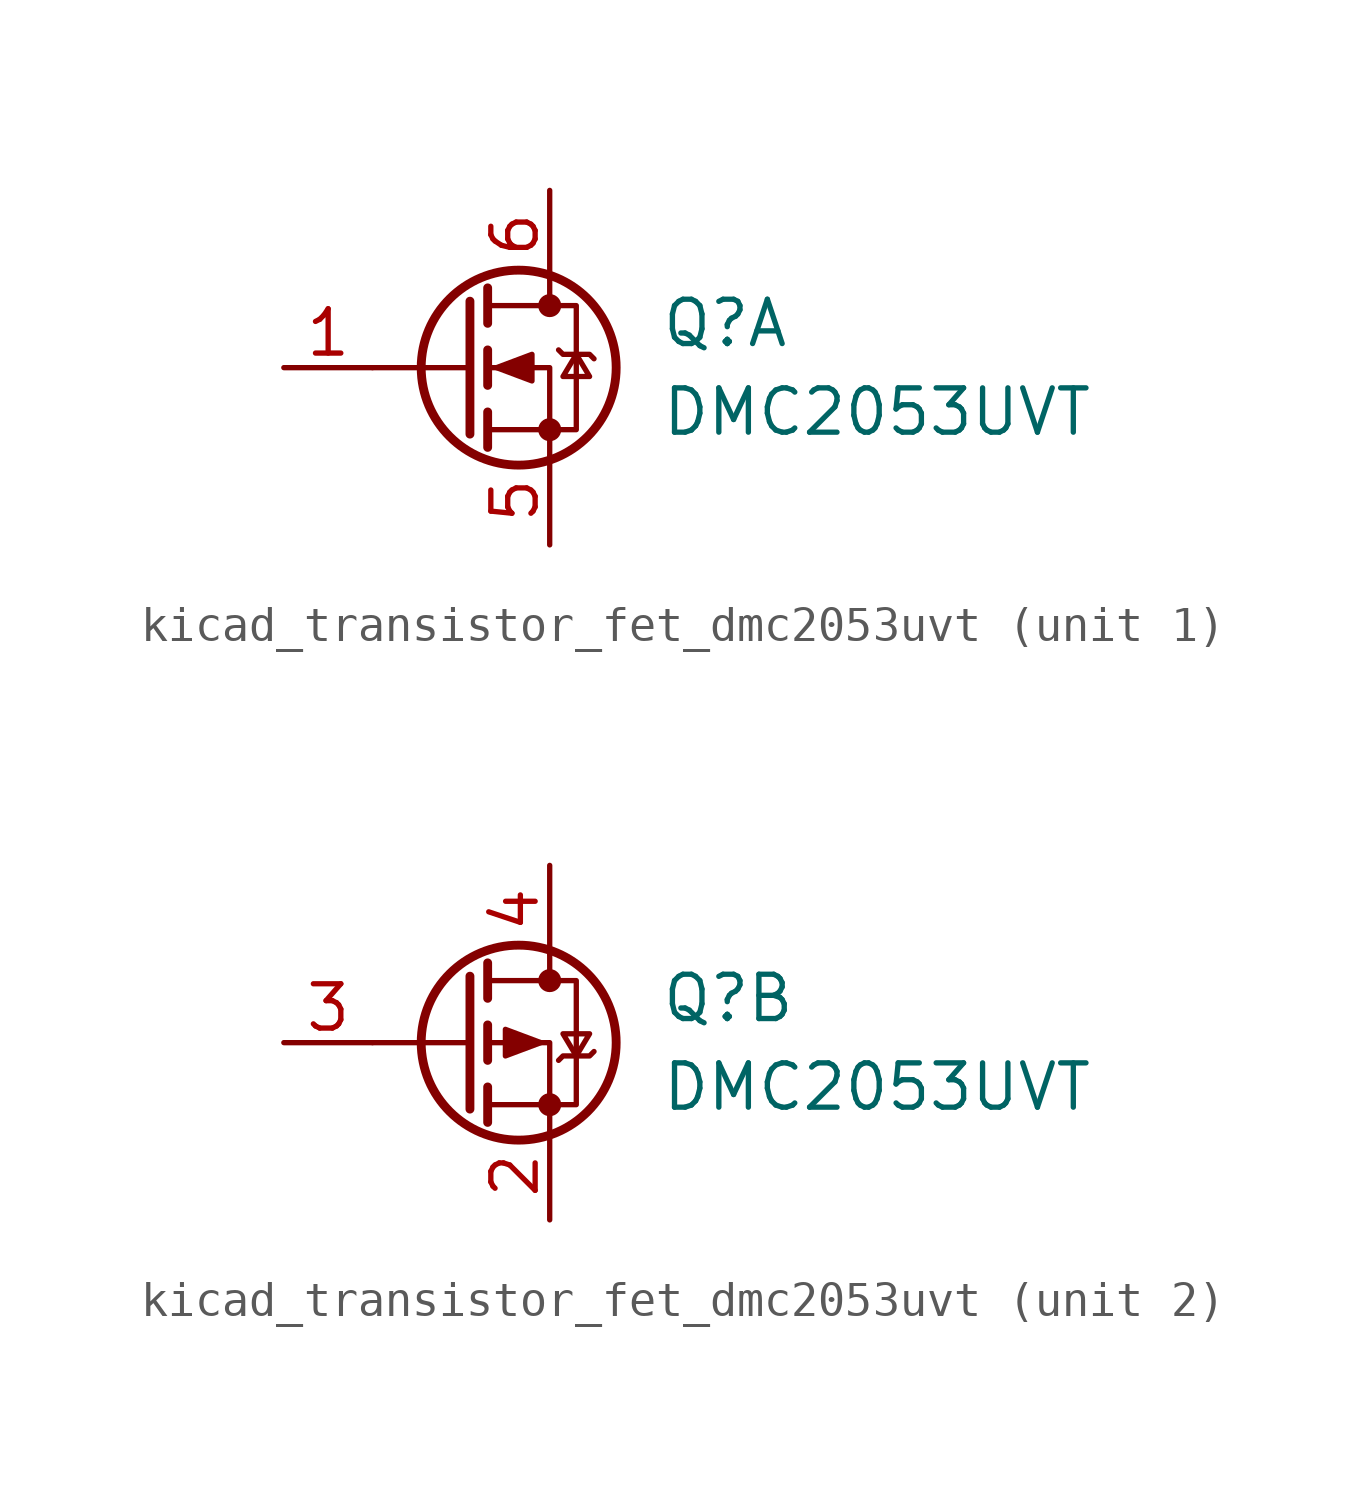
<source format=kicad_sym>
(kicad_symbol_lib
  (version 20220914)
  (generator kicad_symbol_editor)
  (symbol "kicad_transistor_fet_dmc2053uvt"
    (pin_names hide)
    (property "Reference" "Q"
      (at 3.175 1.27 0)
      (effects (font (size 1.27 1.27)) (justify left)))
    (property "Value" "DMC2053UVT"
      (at 3.175 -1.27 0)
      (effects (font (size 1.27 1.27)) (justify left)))
    (symbol "kicad_transistor_fet_dmc2053uvt_0_1"
      (circle (center -0.889 0) (radius 2.794) (stroke (width 0.254) (type default)) (fill (type none)))
      (circle (center 0 -1.778) (radius 0.254) (stroke (width 0) (type default)) (fill (type outline)))
      (polyline (pts (xy -2.286 0) (xy -5.08 0)) (stroke (width 0) (type default)) (fill (type none)))
      (polyline (pts (xy -2.286 1.905) (xy -2.286 -1.905)) (stroke (width 0.254) (type default)) (fill (type none)))
      (polyline (pts (xy -1.778 -1.27) (xy -1.778 -2.286)) (stroke (width 0.254) (type default)) (fill (type none)))
      (polyline (pts (xy -1.778 0.508) (xy -1.778 -0.508)) (stroke (width 0.254) (type default)) (fill (type none)))
      (polyline (pts (xy -1.778 2.286) (xy -1.778 1.27)) (stroke (width 0.254) (type default)) (fill (type none)))
      (polyline (pts (xy 0 2.54) (xy 0 1.778)) (stroke (width 0) (type default)) (fill (type none)))
      (polyline (pts (xy 0 -2.54) (xy 0 0) (xy -1.778 0)) (stroke (width 0) (type default)) (fill (type none)))
      (polyline (pts (xy -1.778 -1.778) (xy 0.762 -1.778) (xy 0.762 1.778) (xy -1.778 1.778)) (stroke (width 0) (type default)) (fill (type none)))
      (circle (center 0 1.778) (radius 0.254) (stroke (width 0) (type default)) (fill (type outline))))
    (symbol "kicad_transistor_fet_dmc2053uvt_1_1"
      (polyline (pts (xy -1.524 0) (xy -0.508 0.381) (xy -0.508 -0.381) (xy -1.524 0)) (stroke (width 0) (type default)) (fill (type outline)))
      (polyline (pts (xy 0.254 0.508) (xy 0.381 0.381) (xy 1.143 0.381) (xy 1.27 0.254)) (stroke (width 0) (type default)) (fill (type none)))
      (polyline (pts (xy 0.762 0.381) (xy 0.381 -0.254) (xy 1.143 -0.254) (xy 0.762 0.381)) (stroke (width 0) (type default)) (fill (type none)))
      (pin passive line (at -7.62 0 0) (length 2.54) (name "G" (effects (font (size 1.27 1.27)))) (number "1" (effects (font (size 1.27 1.27)))))
      (pin passive line (at 0 -5.08 90) (length 2.54) (name "S" (effects (font (size 1.27 1.27)))) (number "5" (effects (font (size 1.27 1.27)))))
      (pin passive line (at 0 5.08 270) (length 2.54) (name "D" (effects (font (size 1.27 1.27)))) (number "6" (effects (font (size 1.27 1.27))))))
    (symbol "kicad_transistor_fet_dmc2053uvt_2_1"
      (polyline (pts (xy -0.254 0) (xy -1.27 0.381) (xy -1.27 -0.381) (xy -0.254 0)) (stroke (width 0) (type default)) (fill (type outline)))
      (polyline (pts (xy 0.254 -0.508) (xy 0.381 -0.381) (xy 1.143 -0.381) (xy 1.27 -0.254)) (stroke (width 0) (type default)) (fill (type none)))
      (polyline (pts (xy 0.762 -0.381) (xy 0.381 0.254) (xy 1.143 0.254) (xy 0.762 -0.381)) (stroke (width 0) (type default)) (fill (type none)))
      (pin passive line (at 0 -5.08 90) (length 2.54) (name "S" (effects (font (size 1.27 1.27)))) (number "2" (effects (font (size 1.27 1.27)))))
      (pin passive line (at -7.62 0 0) (length 2.54) (name "G" (effects (font (size 1.27 1.27)))) (number "3" (effects (font (size 1.27 1.27)))))
      (pin passive line (at 0 5.08 270) (length 2.54) (name "D" (effects (font (size 1.27 1.27)))) (number "4" (effects (font (size 1.27 1.27))))))))
</source>
